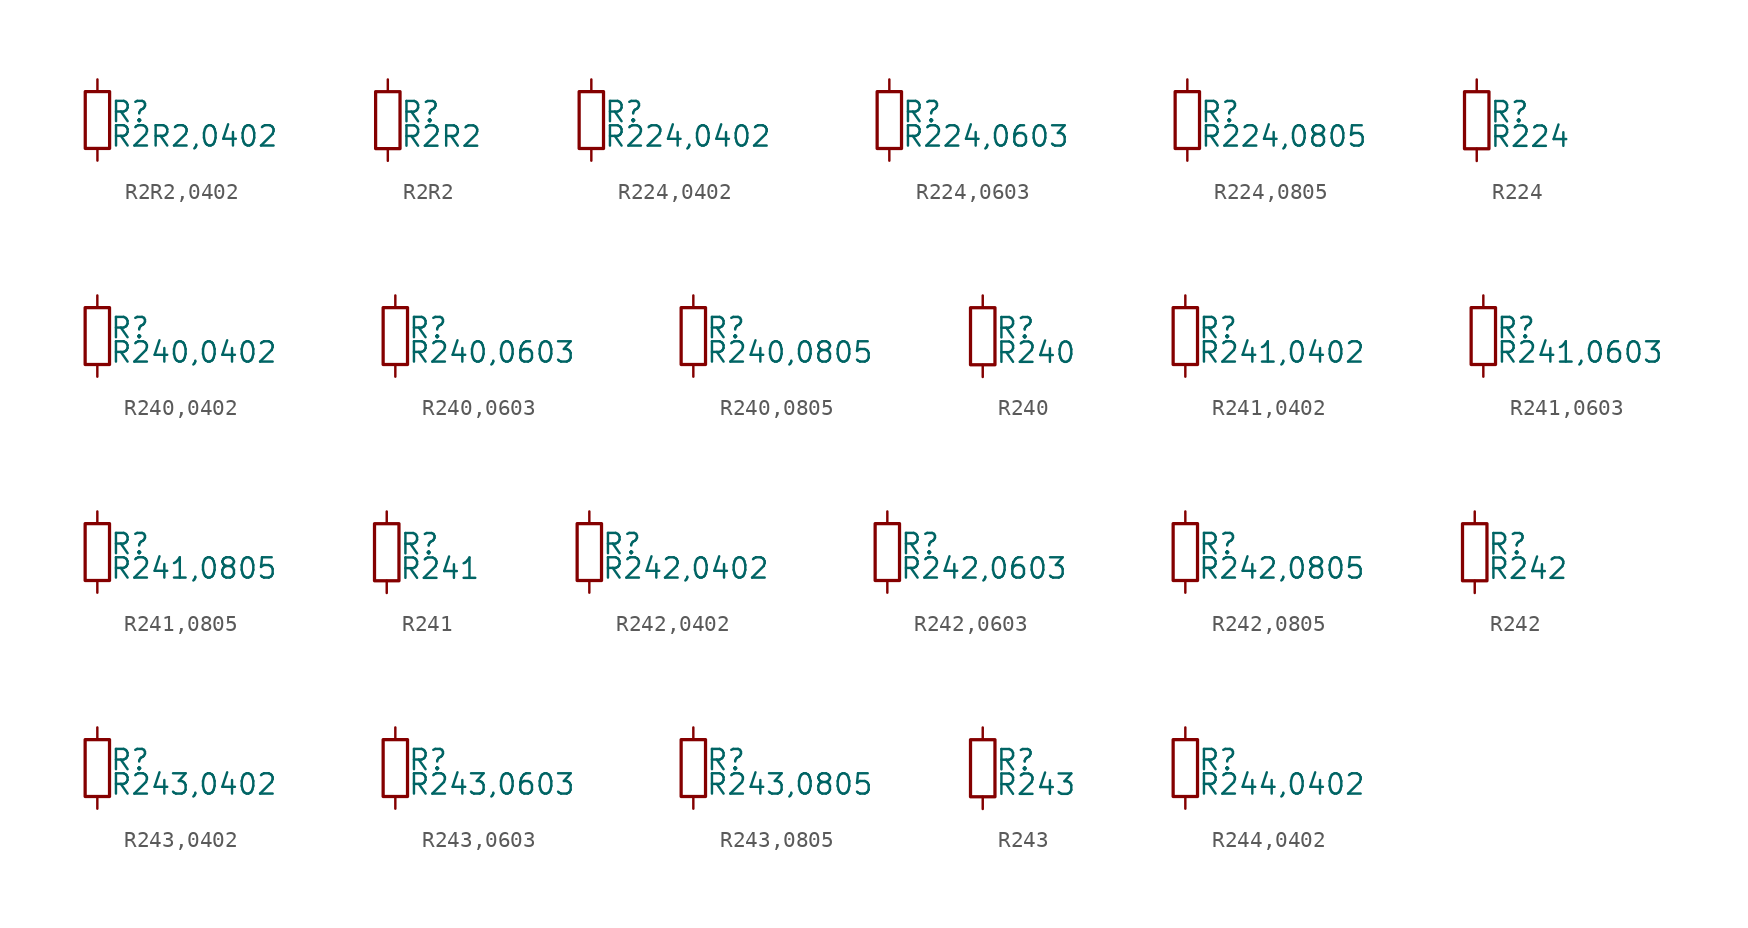
<source format=kicad_sym>
(kicad_symbol_lib
  (version 20211014)
  (generator kicad_symbol_editor)
  (symbol "R2R2,0402"
    (pin_numbers hide)
    (pin_names
      (offset 0.254) hide)
    (property "Reference" "R"
      (at 0.762 0.508 0)
      (effects (font (size 1.27 1.27)) (justify left)))
    (property "Value" "R2R2,0402"
      (at 0.762 -1.016 0)
      (effects (font (size 1.27 1.27)) (justify left)))
    (symbol "R2R2,0402_0_1"
      (rectangle (start -0.762 1.778) (end 0.762 -1.778) (stroke (width 0.203) (type default) (color 0 0 0 0)) (fill (type none))))
    (symbol "R2R2,0402_1_1"
      (pin passive line (at 0 2.54 270) (length 0.762) (name "~" (effects (font (size 1.27 1.27)))) (number "1" (effects (font (size 1.27 1.27)))))
      (pin passive line (at 0 -2.54 90) (length 0.762) (name "~" (effects (font (size 1.27 1.27)))) (number "2" (effects (font (size 1.27 1.27)))))))
  (symbol "R2R2"
    (pin_numbers hide)
    (pin_names
      (offset 0.254) hide)
    (property "Reference" "R"
      (at 0.762 0.508 0)
      (effects (font (size 1.27 1.27)) (justify left)))
    (property "Value" "R2R2"
      (at 0.762 -1.016 0)
      (effects (font (size 1.27 1.27)) (justify left)))
    (symbol "R2R2_0_1"
      (rectangle (start -0.762 1.778) (end 0.762 -1.778) (stroke (width 0.203) (type default) (color 0 0 0 0)) (fill (type none))))
    (symbol "R2R2_1_1"
      (pin passive line (at 0 2.54 270) (length 0.762) (name "~" (effects (font (size 1.27 1.27)))) (number "1" (effects (font (size 1.27 1.27)))))
      (pin passive line (at 0 -2.54 90) (length 0.762) (name "~" (effects (font (size 1.27 1.27)))) (number "2" (effects (font (size 1.27 1.27)))))))
  (symbol "R224,0402"
    (pin_numbers hide)
    (pin_names
      (offset 0.254) hide)
    (property "Reference" "R"
      (at 0.762 0.508 0)
      (effects (font (size 1.27 1.27)) (justify left)))
    (property "Value" "R224,0402"
      (at 0.762 -1.016 0)
      (effects (font (size 1.27 1.27)) (justify left)))
    (symbol "R224,0402_0_1"
      (rectangle (start -0.762 1.778) (end 0.762 -1.778) (stroke (width 0.203) (type default) (color 0 0 0 0)) (fill (type none))))
    (symbol "R224,0402_1_1"
      (pin passive line (at 0 2.54 270) (length 0.762) (name "~" (effects (font (size 1.27 1.27)))) (number "1" (effects (font (size 1.27 1.27)))))
      (pin passive line (at 0 -2.54 90) (length 0.762) (name "~" (effects (font (size 1.27 1.27)))) (number "2" (effects (font (size 1.27 1.27)))))))
  (symbol "R224,0603"
    (pin_numbers hide)
    (pin_names
      (offset 0.254) hide)
    (property "Reference" "R"
      (at 0.762 0.508 0)
      (effects (font (size 1.27 1.27)) (justify left)))
    (property "Value" "R224,0603"
      (at 0.762 -1.016 0)
      (effects (font (size 1.27 1.27)) (justify left)))
    (symbol "R224,0603_0_1"
      (rectangle (start -0.762 1.778) (end 0.762 -1.778) (stroke (width 0.203) (type default) (color 0 0 0 0)) (fill (type none))))
    (symbol "R224,0603_1_1"
      (pin passive line (at 0 2.54 270) (length 0.762) (name "~" (effects (font (size 1.27 1.27)))) (number "1" (effects (font (size 1.27 1.27)))))
      (pin passive line (at 0 -2.54 90) (length 0.762) (name "~" (effects (font (size 1.27 1.27)))) (number "2" (effects (font (size 1.27 1.27)))))))
  (symbol "R224,0805"
    (pin_numbers hide)
    (pin_names
      (offset 0.254) hide)
    (property "Reference" "R"
      (at 0.762 0.508 0)
      (effects (font (size 1.27 1.27)) (justify left)))
    (property "Value" "R224,0805"
      (at 0.762 -1.016 0)
      (effects (font (size 1.27 1.27)) (justify left)))
    (symbol "R224,0805_0_1"
      (rectangle (start -0.762 1.778) (end 0.762 -1.778) (stroke (width 0.203) (type default) (color 0 0 0 0)) (fill (type none))))
    (symbol "R224,0805_1_1"
      (pin passive line (at 0 2.54 270) (length 0.762) (name "~" (effects (font (size 1.27 1.27)))) (number "1" (effects (font (size 1.27 1.27)))))
      (pin passive line (at 0 -2.54 90) (length 0.762) (name "~" (effects (font (size 1.27 1.27)))) (number "2" (effects (font (size 1.27 1.27)))))))
  (symbol "R224"
    (pin_numbers hide)
    (pin_names
      (offset 0.254) hide)
    (property "Reference" "R"
      (at 0.762 0.508 0)
      (effects (font (size 1.27 1.27)) (justify left)))
    (property "Value" "R224"
      (at 0.762 -1.016 0)
      (effects (font (size 1.27 1.27)) (justify left)))
    (symbol "R224_0_1"
      (rectangle (start -0.762 1.778) (end 0.762 -1.778) (stroke (width 0.203) (type default) (color 0 0 0 0)) (fill (type none))))
    (symbol "R224_1_1"
      (pin passive line (at 0 2.54 270) (length 0.762) (name "~" (effects (font (size 1.27 1.27)))) (number "1" (effects (font (size 1.27 1.27)))))
      (pin passive line (at 0 -2.54 90) (length 0.762) (name "~" (effects (font (size 1.27 1.27)))) (number "2" (effects (font (size 1.27 1.27)))))))
  (symbol "R240,0402"
    (pin_numbers hide)
    (pin_names
      (offset 0.254) hide)
    (property "Reference" "R"
      (at 0.762 0.508 0)
      (effects (font (size 1.27 1.27)) (justify left)))
    (property "Value" "R240,0402"
      (at 0.762 -1.016 0)
      (effects (font (size 1.27 1.27)) (justify left)))
    (symbol "R240,0402_0_1"
      (rectangle (start -0.762 1.778) (end 0.762 -1.778) (stroke (width 0.203) (type default) (color 0 0 0 0)) (fill (type none))))
    (symbol "R240,0402_1_1"
      (pin passive line (at 0 2.54 270) (length 0.762) (name "~" (effects (font (size 1.27 1.27)))) (number "1" (effects (font (size 1.27 1.27)))))
      (pin passive line (at 0 -2.54 90) (length 0.762) (name "~" (effects (font (size 1.27 1.27)))) (number "2" (effects (font (size 1.27 1.27)))))))
  (symbol "R240,0603"
    (pin_numbers hide)
    (pin_names
      (offset 0.254) hide)
    (property "Reference" "R"
      (at 0.762 0.508 0)
      (effects (font (size 1.27 1.27)) (justify left)))
    (property "Value" "R240,0603"
      (at 0.762 -1.016 0)
      (effects (font (size 1.27 1.27)) (justify left)))
    (symbol "R240,0603_0_1"
      (rectangle (start -0.762 1.778) (end 0.762 -1.778) (stroke (width 0.203) (type default) (color 0 0 0 0)) (fill (type none))))
    (symbol "R240,0603_1_1"
      (pin passive line (at 0 2.54 270) (length 0.762) (name "~" (effects (font (size 1.27 1.27)))) (number "1" (effects (font (size 1.27 1.27)))))
      (pin passive line (at 0 -2.54 90) (length 0.762) (name "~" (effects (font (size 1.27 1.27)))) (number "2" (effects (font (size 1.27 1.27)))))))
  (symbol "R240,0805"
    (pin_numbers hide)
    (pin_names
      (offset 0.254) hide)
    (property "Reference" "R"
      (at 0.762 0.508 0)
      (effects (font (size 1.27 1.27)) (justify left)))
    (property "Value" "R240,0805"
      (at 0.762 -1.016 0)
      (effects (font (size 1.27 1.27)) (justify left)))
    (symbol "R240,0805_0_1"
      (rectangle (start -0.762 1.778) (end 0.762 -1.778) (stroke (width 0.203) (type default) (color 0 0 0 0)) (fill (type none))))
    (symbol "R240,0805_1_1"
      (pin passive line (at 0 2.54 270) (length 0.762) (name "~" (effects (font (size 1.27 1.27)))) (number "1" (effects (font (size 1.27 1.27)))))
      (pin passive line (at 0 -2.54 90) (length 0.762) (name "~" (effects (font (size 1.27 1.27)))) (number "2" (effects (font (size 1.27 1.27)))))))
  (symbol "R240"
    (pin_numbers hide)
    (pin_names
      (offset 0.254) hide)
    (property "Reference" "R"
      (at 0.762 0.508 0)
      (effects (font (size 1.27 1.27)) (justify left)))
    (property "Value" "R240"
      (at 0.762 -1.016 0)
      (effects (font (size 1.27 1.27)) (justify left)))
    (symbol "R240_0_1"
      (rectangle (start -0.762 1.778) (end 0.762 -1.778) (stroke (width 0.203) (type default) (color 0 0 0 0)) (fill (type none))))
    (symbol "R240_1_1"
      (pin passive line (at 0 2.54 270) (length 0.762) (name "~" (effects (font (size 1.27 1.27)))) (number "1" (effects (font (size 1.27 1.27)))))
      (pin passive line (at 0 -2.54 90) (length 0.762) (name "~" (effects (font (size 1.27 1.27)))) (number "2" (effects (font (size 1.27 1.27)))))))
  (symbol "R241,0402"
    (pin_numbers hide)
    (pin_names
      (offset 0.254) hide)
    (property "Reference" "R"
      (at 0.762 0.508 0)
      (effects (font (size 1.27 1.27)) (justify left)))
    (property "Value" "R241,0402"
      (at 0.762 -1.016 0)
      (effects (font (size 1.27 1.27)) (justify left)))
    (symbol "R241,0402_0_1"
      (rectangle (start -0.762 1.778) (end 0.762 -1.778) (stroke (width 0.203) (type default) (color 0 0 0 0)) (fill (type none))))
    (symbol "R241,0402_1_1"
      (pin passive line (at 0 2.54 270) (length 0.762) (name "~" (effects (font (size 1.27 1.27)))) (number "1" (effects (font (size 1.27 1.27)))))
      (pin passive line (at 0 -2.54 90) (length 0.762) (name "~" (effects (font (size 1.27 1.27)))) (number "2" (effects (font (size 1.27 1.27)))))))
  (symbol "R241,0603"
    (pin_numbers hide)
    (pin_names
      (offset 0.254) hide)
    (property "Reference" "R"
      (at 0.762 0.508 0)
      (effects (font (size 1.27 1.27)) (justify left)))
    (property "Value" "R241,0603"
      (at 0.762 -1.016 0)
      (effects (font (size 1.27 1.27)) (justify left)))
    (symbol "R241,0603_0_1"
      (rectangle (start -0.762 1.778) (end 0.762 -1.778) (stroke (width 0.203) (type default) (color 0 0 0 0)) (fill (type none))))
    (symbol "R241,0603_1_1"
      (pin passive line (at 0 2.54 270) (length 0.762) (name "~" (effects (font (size 1.27 1.27)))) (number "1" (effects (font (size 1.27 1.27)))))
      (pin passive line (at 0 -2.54 90) (length 0.762) (name "~" (effects (font (size 1.27 1.27)))) (number "2" (effects (font (size 1.27 1.27)))))))
  (symbol "R241,0805"
    (pin_numbers hide)
    (pin_names
      (offset 0.254) hide)
    (property "Reference" "R"
      (at 0.762 0.508 0)
      (effects (font (size 1.27 1.27)) (justify left)))
    (property "Value" "R241,0805"
      (at 0.762 -1.016 0)
      (effects (font (size 1.27 1.27)) (justify left)))
    (symbol "R241,0805_0_1"
      (rectangle (start -0.762 1.778) (end 0.762 -1.778) (stroke (width 0.203) (type default) (color 0 0 0 0)) (fill (type none))))
    (symbol "R241,0805_1_1"
      (pin passive line (at 0 2.54 270) (length 0.762) (name "~" (effects (font (size 1.27 1.27)))) (number "1" (effects (font (size 1.27 1.27)))))
      (pin passive line (at 0 -2.54 90) (length 0.762) (name "~" (effects (font (size 1.27 1.27)))) (number "2" (effects (font (size 1.27 1.27)))))))
  (symbol "R241"
    (pin_numbers hide)
    (pin_names
      (offset 0.254) hide)
    (property "Reference" "R"
      (at 0.762 0.508 0)
      (effects (font (size 1.27 1.27)) (justify left)))
    (property "Value" "R241"
      (at 0.762 -1.016 0)
      (effects (font (size 1.27 1.27)) (justify left)))
    (symbol "R241_0_1"
      (rectangle (start -0.762 1.778) (end 0.762 -1.778) (stroke (width 0.203) (type default) (color 0 0 0 0)) (fill (type none))))
    (symbol "R241_1_1"
      (pin passive line (at 0 2.54 270) (length 0.762) (name "~" (effects (font (size 1.27 1.27)))) (number "1" (effects (font (size 1.27 1.27)))))
      (pin passive line (at 0 -2.54 90) (length 0.762) (name "~" (effects (font (size 1.27 1.27)))) (number "2" (effects (font (size 1.27 1.27)))))))
  (symbol "R242,0402"
    (pin_numbers hide)
    (pin_names
      (offset 0.254) hide)
    (property "Reference" "R"
      (at 0.762 0.508 0)
      (effects (font (size 1.27 1.27)) (justify left)))
    (property "Value" "R242,0402"
      (at 0.762 -1.016 0)
      (effects (font (size 1.27 1.27)) (justify left)))
    (symbol "R242,0402_0_1"
      (rectangle (start -0.762 1.778) (end 0.762 -1.778) (stroke (width 0.203) (type default) (color 0 0 0 0)) (fill (type none))))
    (symbol "R242,0402_1_1"
      (pin passive line (at 0 2.54 270) (length 0.762) (name "~" (effects (font (size 1.27 1.27)))) (number "1" (effects (font (size 1.27 1.27)))))
      (pin passive line (at 0 -2.54 90) (length 0.762) (name "~" (effects (font (size 1.27 1.27)))) (number "2" (effects (font (size 1.27 1.27)))))))
  (symbol "R242,0603"
    (pin_numbers hide)
    (pin_names
      (offset 0.254) hide)
    (property "Reference" "R"
      (at 0.762 0.508 0)
      (effects (font (size 1.27 1.27)) (justify left)))
    (property "Value" "R242,0603"
      (at 0.762 -1.016 0)
      (effects (font (size 1.27 1.27)) (justify left)))
    (symbol "R242,0603_0_1"
      (rectangle (start -0.762 1.778) (end 0.762 -1.778) (stroke (width 0.203) (type default) (color 0 0 0 0)) (fill (type none))))
    (symbol "R242,0603_1_1"
      (pin passive line (at 0 2.54 270) (length 0.762) (name "~" (effects (font (size 1.27 1.27)))) (number "1" (effects (font (size 1.27 1.27)))))
      (pin passive line (at 0 -2.54 90) (length 0.762) (name "~" (effects (font (size 1.27 1.27)))) (number "2" (effects (font (size 1.27 1.27)))))))
  (symbol "R242,0805"
    (pin_numbers hide)
    (pin_names
      (offset 0.254) hide)
    (property "Reference" "R"
      (at 0.762 0.508 0)
      (effects (font (size 1.27 1.27)) (justify left)))
    (property "Value" "R242,0805"
      (at 0.762 -1.016 0)
      (effects (font (size 1.27 1.27)) (justify left)))
    (symbol "R242,0805_0_1"
      (rectangle (start -0.762 1.778) (end 0.762 -1.778) (stroke (width 0.203) (type default) (color 0 0 0 0)) (fill (type none))))
    (symbol "R242,0805_1_1"
      (pin passive line (at 0 2.54 270) (length 0.762) (name "~" (effects (font (size 1.27 1.27)))) (number "1" (effects (font (size 1.27 1.27)))))
      (pin passive line (at 0 -2.54 90) (length 0.762) (name "~" (effects (font (size 1.27 1.27)))) (number "2" (effects (font (size 1.27 1.27)))))))
  (symbol "R242"
    (pin_numbers hide)
    (pin_names
      (offset 0.254) hide)
    (property "Reference" "R"
      (at 0.762 0.508 0)
      (effects (font (size 1.27 1.27)) (justify left)))
    (property "Value" "R242"
      (at 0.762 -1.016 0)
      (effects (font (size 1.27 1.27)) (justify left)))
    (symbol "R242_0_1"
      (rectangle (start -0.762 1.778) (end 0.762 -1.778) (stroke (width 0.203) (type default) (color 0 0 0 0)) (fill (type none))))
    (symbol "R242_1_1"
      (pin passive line (at 0 2.54 270) (length 0.762) (name "~" (effects (font (size 1.27 1.27)))) (number "1" (effects (font (size 1.27 1.27)))))
      (pin passive line (at 0 -2.54 90) (length 0.762) (name "~" (effects (font (size 1.27 1.27)))) (number "2" (effects (font (size 1.27 1.27)))))))
  (symbol "R243,0402"
    (pin_numbers hide)
    (pin_names
      (offset 0.254) hide)
    (property "Reference" "R"
      (at 0.762 0.508 0)
      (effects (font (size 1.27 1.27)) (justify left)))
    (property "Value" "R243,0402"
      (at 0.762 -1.016 0)
      (effects (font (size 1.27 1.27)) (justify left)))
    (symbol "R243,0402_0_1"
      (rectangle (start -0.762 1.778) (end 0.762 -1.778) (stroke (width 0.203) (type default) (color 0 0 0 0)) (fill (type none))))
    (symbol "R243,0402_1_1"
      (pin passive line (at 0 2.54 270) (length 0.762) (name "~" (effects (font (size 1.27 1.27)))) (number "1" (effects (font (size 1.27 1.27)))))
      (pin passive line (at 0 -2.54 90) (length 0.762) (name "~" (effects (font (size 1.27 1.27)))) (number "2" (effects (font (size 1.27 1.27)))))))
  (symbol "R243,0603"
    (pin_numbers hide)
    (pin_names
      (offset 0.254) hide)
    (property "Reference" "R"
      (at 0.762 0.508 0)
      (effects (font (size 1.27 1.27)) (justify left)))
    (property "Value" "R243,0603"
      (at 0.762 -1.016 0)
      (effects (font (size 1.27 1.27)) (justify left)))
    (symbol "R243,0603_0_1"
      (rectangle (start -0.762 1.778) (end 0.762 -1.778) (stroke (width 0.203) (type default) (color 0 0 0 0)) (fill (type none))))
    (symbol "R243,0603_1_1"
      (pin passive line (at 0 2.54 270) (length 0.762) (name "~" (effects (font (size 1.27 1.27)))) (number "1" (effects (font (size 1.27 1.27)))))
      (pin passive line (at 0 -2.54 90) (length 0.762) (name "~" (effects (font (size 1.27 1.27)))) (number "2" (effects (font (size 1.27 1.27)))))))
  (symbol "R243,0805"
    (pin_numbers hide)
    (pin_names
      (offset 0.254) hide)
    (property "Reference" "R"
      (at 0.762 0.508 0)
      (effects (font (size 1.27 1.27)) (justify left)))
    (property "Value" "R243,0805"
      (at 0.762 -1.016 0)
      (effects (font (size 1.27 1.27)) (justify left)))
    (symbol "R243,0805_0_1"
      (rectangle (start -0.762 1.778) (end 0.762 -1.778) (stroke (width 0.203) (type default) (color 0 0 0 0)) (fill (type none))))
    (symbol "R243,0805_1_1"
      (pin passive line (at 0 2.54 270) (length 0.762) (name "~" (effects (font (size 1.27 1.27)))) (number "1" (effects (font (size 1.27 1.27)))))
      (pin passive line (at 0 -2.54 90) (length 0.762) (name "~" (effects (font (size 1.27 1.27)))) (number "2" (effects (font (size 1.27 1.27)))))))
  (symbol "R243"
    (pin_numbers hide)
    (pin_names
      (offset 0.254) hide)
    (property "Reference" "R"
      (at 0.762 0.508 0)
      (effects (font (size 1.27 1.27)) (justify left)))
    (property "Value" "R243"
      (at 0.762 -1.016 0)
      (effects (font (size 1.27 1.27)) (justify left)))
    (symbol "R243_0_1"
      (rectangle (start -0.762 1.778) (end 0.762 -1.778) (stroke (width 0.203) (type default) (color 0 0 0 0)) (fill (type none))))
    (symbol "R243_1_1"
      (pin passive line (at 0 2.54 270) (length 0.762) (name "~" (effects (font (size 1.27 1.27)))) (number "1" (effects (font (size 1.27 1.27)))))
      (pin passive line (at 0 -2.54 90) (length 0.762) (name "~" (effects (font (size 1.27 1.27)))) (number "2" (effects (font (size 1.27 1.27)))))))
  (symbol "R244,0402"
    (pin_numbers hide)
    (pin_names
      (offset 0.254) hide)
    (property "Reference" "R"
      (at 0.762 0.508 0)
      (effects (font (size 1.27 1.27)) (justify left)))
    (property "Value" "R244,0402"
      (at 0.762 -1.016 0)
      (effects (font (size 1.27 1.27)) (justify left)))
    (symbol "R244,0402_0_1"
      (rectangle (start -0.762 1.778) (end 0.762 -1.778) (stroke (width 0.203) (type default) (color 0 0 0 0)) (fill (type none))))
    (symbol "R244,0402_1_1"
      (pin passive line (at 0 2.54 270) (length 0.762) (name "~" (effects (font (size 1.27 1.27)))) (number "1" (effects (font (size 1.27 1.27)))))
      (pin passive line (at 0 -2.54 90) (length 0.762) (name "~" (effects (font (size 1.27 1.27)))) (number "2" (effects (font (size 1.27 1.27))))))))
</source>
